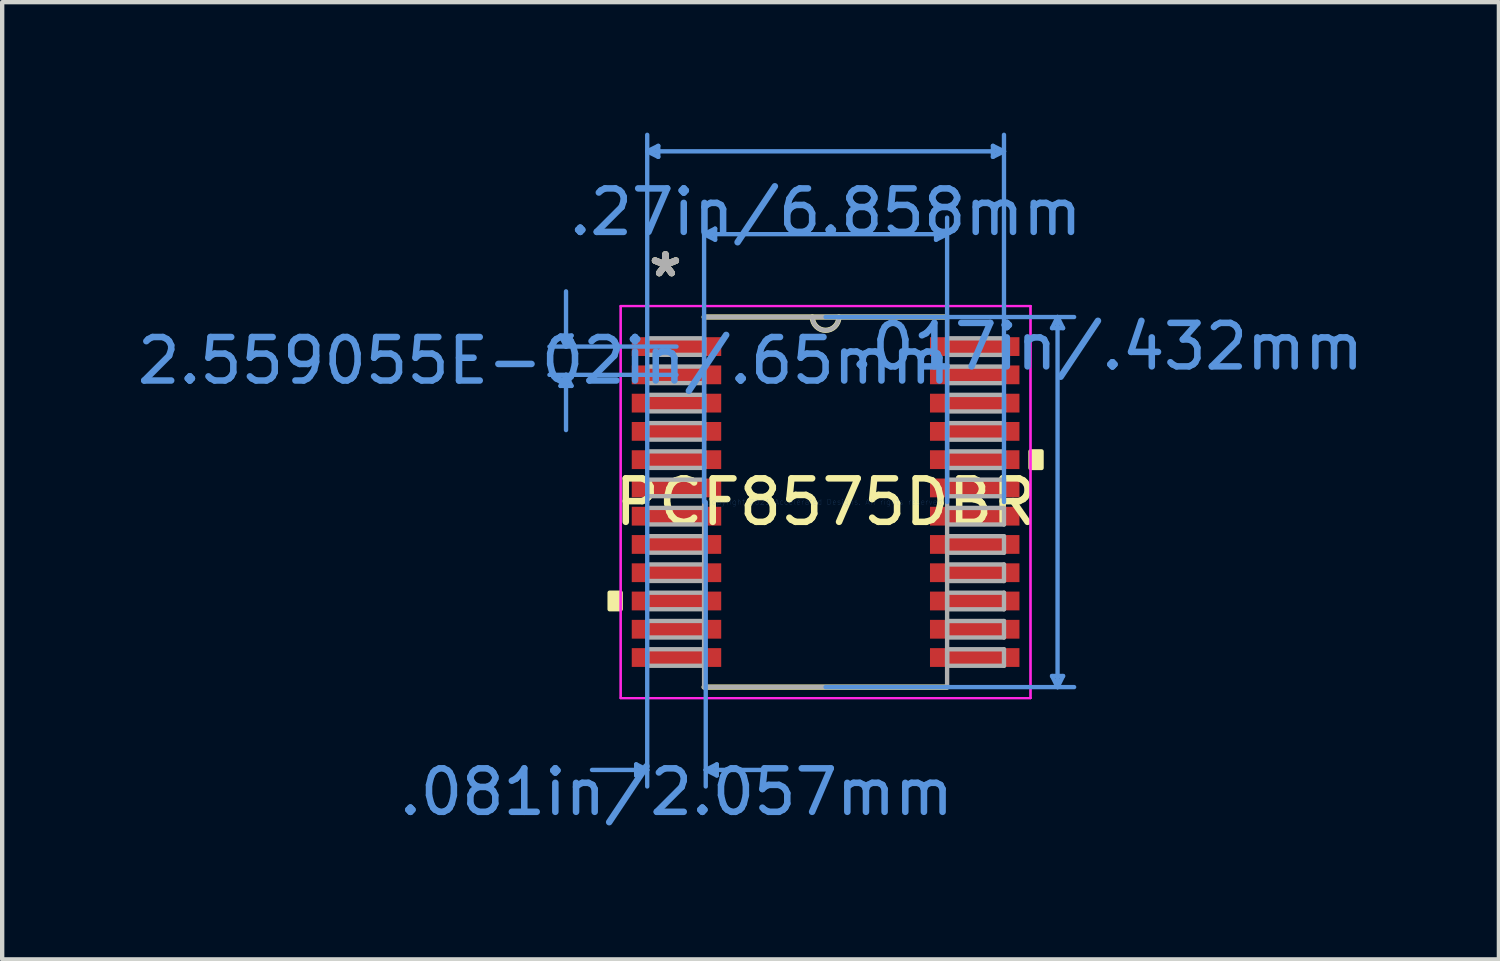
<source format=kicad_pcb>
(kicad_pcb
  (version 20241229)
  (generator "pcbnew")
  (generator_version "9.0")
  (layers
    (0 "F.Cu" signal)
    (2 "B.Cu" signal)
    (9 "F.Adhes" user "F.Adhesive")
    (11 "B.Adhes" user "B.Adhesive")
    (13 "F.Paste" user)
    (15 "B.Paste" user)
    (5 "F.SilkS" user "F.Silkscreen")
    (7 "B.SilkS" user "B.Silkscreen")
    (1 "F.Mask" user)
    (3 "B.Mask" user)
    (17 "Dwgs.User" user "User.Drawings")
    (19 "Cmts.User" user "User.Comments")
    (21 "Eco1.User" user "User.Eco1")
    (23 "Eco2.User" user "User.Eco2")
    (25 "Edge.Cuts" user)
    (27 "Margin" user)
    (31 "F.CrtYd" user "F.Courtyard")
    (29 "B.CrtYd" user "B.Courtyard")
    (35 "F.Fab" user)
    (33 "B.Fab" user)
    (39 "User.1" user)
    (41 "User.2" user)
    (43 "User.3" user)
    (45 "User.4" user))
  (footprint "PCF8575DBR"
    (layer "F.Cu")
    (at 15.935 8.495)
    (property "Reference" "PCF8575DBR" (at 0 0 0) (layer "F.SilkS") (effects (font (size 1 1) (thickness 0.15))))
    (attr through_hole)
    (fp_line (start -2.794 4.255) (end 2.794 4.255) (stroke (width 0.12) (type solid)) (layer "F.SilkS"))
    (fp_line (start 2.794 -4.255) (end -2.794 -4.255) (stroke (width 0.12) (type solid)) (layer "F.SilkS"))
    (fp_arc (start 0.3048 -4.2545) (mid 0 -3.9497) (end -0.3048 -4.2545) (stroke (width 0.12) (type solid)) (layer "F.SilkS"))
    (fp_poly (pts (xy -4.966 2.084) (xy -4.966 2.465) (xy -4.712 2.465) (xy -4.712 2.084)) (stroke (width 0.1) (type solid)) (fill yes) (layer "F.SilkS"))
    (fp_poly (pts (xy 4.966 -1.165) (xy 4.966 -0.784) (xy 4.712 -0.784) (xy 4.712 -1.165)) (stroke (width 0.1) (type solid)) (fill yes) (layer "F.SilkS"))
    (fp_line (start -6.096 -3.829) (end -5.842 -3.829) (stroke (width 0.1) (type solid)) (layer "Cmts.User"))
    (fp_line (start -6.096 -2.671) (end -5.842 -2.671) (stroke (width 0.1) (type solid)) (layer "Cmts.User"))
    (fp_line (start -5.969 -3.575) (end -6.096 -3.829) (stroke (width 0.1) (type solid)) (layer "Cmts.User"))
    (fp_line (start -5.969 -3.575) (end -5.969 -4.845) (stroke (width 0.1) (type solid)) (layer "Cmts.User"))
    (fp_line (start -5.969 -3.575) (end -5.842 -3.829) (stroke (width 0.1) (type solid)) (layer "Cmts.User"))
    (fp_line (start -5.969 -2.925) (end -6.096 -2.671) (stroke (width 0.1) (type solid)) (layer "Cmts.User"))
    (fp_line (start -5.969 -2.925) (end -5.969 -1.655) (stroke (width 0.1) (type solid)) (layer "Cmts.User"))
    (fp_line (start -5.969 -2.925) (end -5.842 -2.671) (stroke (width 0.1) (type solid)) (layer "Cmts.User"))
    (fp_line (start -4.356 6.032) (end -4.356 6.287) (stroke (width 0.1) (type solid)) (layer "Cmts.User"))
    (fp_line (start -4.102 -8.065) (end -3.848 -8.191) (stroke (width 0.1) (type solid)) (layer "Cmts.User"))
    (fp_line (start -4.102 -8.065) (end -3.848 -7.938) (stroke (width 0.1) (type solid)) (layer "Cmts.User"))
    (fp_line (start -4.102 -8.065) (end 4.102 -8.065) (stroke (width 0.1) (type solid)) (layer "Cmts.User"))
    (fp_line (start -4.102 0) (end -4.102 -8.445) (stroke (width 0.1) (type solid)) (layer "Cmts.User"))
    (fp_line (start -4.102 0) (end -4.102 6.54) (stroke (width 0.1) (type solid)) (layer "Cmts.User"))
    (fp_line (start -4.102 6.16) (end -5.372 6.16) (stroke (width 0.1) (type solid)) (layer "Cmts.User"))
    (fp_line (start -4.102 6.16) (end -4.356 6.032) (stroke (width 0.1) (type solid)) (layer "Cmts.User"))
    (fp_line (start -4.102 6.16) (end -4.356 6.287) (stroke (width 0.1) (type solid)) (layer "Cmts.User"))
    (fp_line (start -3.848 -8.191) (end -3.848 -7.938) (stroke (width 0.1) (type solid)) (layer "Cmts.User"))
    (fp_line (start -3.429 -3.575) (end -6.35 -3.575) (stroke (width 0.1) (type solid)) (layer "Cmts.User"))
    (fp_line (start -3.429 -2.925) (end -6.35 -2.925) (stroke (width 0.1) (type solid)) (layer "Cmts.User"))
    (fp_line (start -2.794 -6.16) (end -2.54 -6.287) (stroke (width 0.1) (type solid)) (layer "Cmts.User"))
    (fp_line (start -2.794 -6.16) (end -2.54 -6.032) (stroke (width 0.1) (type solid)) (layer "Cmts.User"))
    (fp_line (start -2.794 -6.16) (end 2.794 -6.16) (stroke (width 0.1) (type solid)) (layer "Cmts.User"))
    (fp_line (start -2.794 0) (end -2.794 -6.54) (stroke (width 0.1) (type solid)) (layer "Cmts.User"))
    (fp_line (start -2.756 0) (end -2.756 6.54) (stroke (width 0.1) (type solid)) (layer "Cmts.User"))
    (fp_line (start -2.756 6.16) (end -2.502 6.032) (stroke (width 0.1) (type solid)) (layer "Cmts.User"))
    (fp_line (start -2.756 6.16) (end -2.502 6.287) (stroke (width 0.1) (type solid)) (layer "Cmts.User"))
    (fp_line (start -2.756 6.16) (end -1.486 6.16) (stroke (width 0.1) (type solid)) (layer "Cmts.User"))
    (fp_line (start -2.54 -6.287) (end -2.54 -6.032) (stroke (width 0.1) (type solid)) (layer "Cmts.User"))
    (fp_line (start -2.502 6.032) (end -2.502 6.287) (stroke (width 0.1) (type solid)) (layer "Cmts.User"))
    (fp_line (start 0 -4.255) (end 5.715 -4.255) (stroke (width 0.1) (type solid)) (layer "Cmts.User"))
    (fp_line (start 0 4.255) (end 5.715 4.255) (stroke (width 0.1) (type solid)) (layer "Cmts.User"))
    (fp_line (start 2.54 -6.287) (end 2.54 -6.032) (stroke (width 0.1) (type solid)) (layer "Cmts.User"))
    (fp_line (start 2.794 -6.16) (end 2.54 -6.287) (stroke (width 0.1) (type solid)) (layer "Cmts.User"))
    (fp_line (start 2.794 -6.16) (end 2.54 -6.032) (stroke (width 0.1) (type solid)) (layer "Cmts.User"))
    (fp_line (start 2.794 0) (end 2.794 -6.54) (stroke (width 0.1) (type solid)) (layer "Cmts.User"))
    (fp_line (start 3.848 -8.191) (end 3.848 -7.938) (stroke (width 0.1) (type solid)) (layer "Cmts.User"))
    (fp_line (start 4.102 -8.065) (end 3.848 -8.191) (stroke (width 0.1) (type solid)) (layer "Cmts.User"))
    (fp_line (start 4.102 -8.065) (end 3.848 -7.938) (stroke (width 0.1) (type solid)) (layer "Cmts.User"))
    (fp_line (start 4.102 0) (end 4.102 -8.445) (stroke (width 0.1) (type solid)) (layer "Cmts.User"))
    (fp_line (start 5.207 -4) (end 5.461 -4) (stroke (width 0.1) (type solid)) (layer "Cmts.User"))
    (fp_line (start 5.207 4) (end 5.461 4) (stroke (width 0.1) (type solid)) (layer "Cmts.User"))
    (fp_line (start 5.334 -4.255) (end 5.207 -4) (stroke (width 0.1) (type solid)) (layer "Cmts.User"))
    (fp_line (start 5.334 -4.255) (end 5.334 4.255) (stroke (width 0.1) (type solid)) (layer "Cmts.User"))
    (fp_line (start 5.334 -4.255) (end 5.461 -4) (stroke (width 0.1) (type solid)) (layer "Cmts.User"))
    (fp_line (start 5.334 4.255) (end 5.207 4) (stroke (width 0.1) (type solid)) (layer "Cmts.User"))
    (fp_line (start 5.334 4.255) (end 5.461 4) (stroke (width 0.1) (type solid)) (layer "Cmts.User"))
    (fp_line (start -4.712 -4.508) (end 4.712 -4.508) (stroke (width 0.05) (type solid)) (layer "F.CrtYd"))
    (fp_line (start -4.712 -4.508) (end 4.712 -4.508) (stroke (width 0.05) (type solid)) (layer "F.CrtYd"))
    (fp_line (start -4.712 4.508) (end -4.712 -4.508) (stroke (width 0.05) (type solid)) (layer "F.CrtYd"))
    (fp_line (start -4.712 4.508) (end -4.712 -4.508) (stroke (width 0.05) (type solid)) (layer "F.CrtYd"))
    (fp_line (start 4.712 -4.508) (end 4.712 4.508) (stroke (width 0.05) (type solid)) (layer "F.CrtYd"))
    (fp_line (start 4.712 -4.508) (end 4.712 4.508) (stroke (width 0.05) (type solid)) (layer "F.CrtYd"))
    (fp_line (start 4.712 4.508) (end -4.712 4.508) (stroke (width 0.05) (type solid)) (layer "F.CrtYd"))
    (fp_line (start 4.712 4.508) (end -4.712 4.508) (stroke (width 0.05) (type solid)) (layer "F.CrtYd"))
    (fp_line (start -4.102 -3.765) (end -4.102 -3.385) (stroke (width 0.1) (type solid)) (layer "F.Fab"))
    (fp_line (start -4.102 -3.385) (end -2.794 -3.385) (stroke (width 0.1) (type solid)) (layer "F.Fab"))
    (fp_line (start -4.102 -3.116) (end -4.102 -2.735) (stroke (width 0.1) (type solid)) (layer "F.Fab"))
    (fp_line (start -4.102 -2.735) (end -2.794 -2.735) (stroke (width 0.1) (type solid)) (layer "F.Fab"))
    (fp_line (start -4.102 -2.466) (end -4.102 -2.085) (stroke (width 0.1) (type solid)) (layer "F.Fab"))
    (fp_line (start -4.102 -2.085) (end -2.794 -2.085) (stroke (width 0.1) (type solid)) (layer "F.Fab"))
    (fp_line (start -4.102 -1.816) (end -4.102 -1.435) (stroke (width 0.1) (type solid)) (layer "F.Fab"))
    (fp_line (start -4.102 -1.435) (end -2.794 -1.435) (stroke (width 0.1) (type solid)) (layer "F.Fab"))
    (fp_line (start -4.102 -1.166) (end -4.102 -0.785) (stroke (width 0.1) (type solid)) (layer "F.Fab"))
    (fp_line (start -4.102 -0.785) (end -2.794 -0.785) (stroke (width 0.1) (type solid)) (layer "F.Fab"))
    (fp_line (start -4.102 -0.516) (end -4.102 -0.135) (stroke (width 0.1) (type solid)) (layer "F.Fab"))
    (fp_line (start -4.102 -0.135) (end -2.794 -0.135) (stroke (width 0.1) (type solid)) (layer "F.Fab"))
    (fp_line (start -4.102 0.134) (end -4.102 0.515) (stroke (width 0.1) (type solid)) (layer "F.Fab"))
    (fp_line (start -4.102 0.515) (end -2.794 0.515) (stroke (width 0.1) (type solid)) (layer "F.Fab"))
    (fp_line (start -4.102 0.784) (end -4.102 1.165) (stroke (width 0.1) (type solid)) (layer "F.Fab"))
    (fp_line (start -4.102 1.165) (end -2.794 1.165) (stroke (width 0.1) (type solid)) (layer "F.Fab"))
    (fp_line (start -4.102 1.434) (end -4.102 1.815) (stroke (width 0.1) (type solid)) (layer "F.Fab"))
    (fp_line (start -4.102 1.815) (end -2.794 1.815) (stroke (width 0.1) (type solid)) (layer "F.Fab"))
    (fp_line (start -4.102 2.084) (end -4.102 2.465) (stroke (width 0.1) (type solid)) (layer "F.Fab"))
    (fp_line (start -4.102 2.465) (end -2.794 2.465) (stroke (width 0.1) (type solid)) (layer "F.Fab"))
    (fp_line (start -4.102 2.734) (end -4.102 3.115) (stroke (width 0.1) (type solid)) (layer "F.Fab"))
    (fp_line (start -4.102 3.115) (end -2.794 3.115) (stroke (width 0.1) (type solid)) (layer "F.Fab"))
    (fp_line (start -4.102 3.384) (end -4.102 3.765) (stroke (width 0.1) (type solid)) (layer "F.Fab"))
    (fp_line (start -4.102 3.765) (end -2.794 3.765) (stroke (width 0.1) (type solid)) (layer "F.Fab"))
    (fp_line (start -2.794 -4.255) (end -2.794 4.255) (stroke (width 0.1) (type solid)) (layer "F.Fab"))
    (fp_line (start -2.794 -3.765) (end -4.102 -3.765) (stroke (width 0.1) (type solid)) (layer "F.Fab"))
    (fp_line (start -2.794 -3.385) (end -2.794 -3.765) (stroke (width 0.1) (type solid)) (layer "F.Fab"))
    (fp_line (start -2.794 -3.116) (end -4.102 -3.116) (stroke (width 0.1) (type solid)) (layer "F.Fab"))
    (fp_line (start -2.794 -2.735) (end -2.794 -3.116) (stroke (width 0.1) (type solid)) (layer "F.Fab"))
    (fp_line (start -2.794 -2.466) (end -4.102 -2.466) (stroke (width 0.1) (type solid)) (layer "F.Fab"))
    (fp_line (start -2.794 -2.085) (end -2.794 -2.466) (stroke (width 0.1) (type solid)) (layer "F.Fab"))
    (fp_line (start -2.794 -1.816) (end -4.102 -1.816) (stroke (width 0.1) (type solid)) (layer "F.Fab"))
    (fp_line (start -2.794 -1.435) (end -2.794 -1.816) (stroke (width 0.1) (type solid)) (layer "F.Fab"))
    (fp_line (start -2.794 -1.166) (end -4.102 -1.166) (stroke (width 0.1) (type solid)) (layer "F.Fab"))
    (fp_line (start -2.794 -0.785) (end -2.794 -1.166) (stroke (width 0.1) (type solid)) (layer "F.Fab"))
    (fp_line (start -2.794 -0.516) (end -4.102 -0.516) (stroke (width 0.1) (type solid)) (layer "F.Fab"))
    (fp_line (start -2.794 -0.135) (end -2.794 -0.516) (stroke (width 0.1) (type solid)) (layer "F.Fab"))
    (fp_line (start -2.794 0.134) (end -4.102 0.134) (stroke (width 0.1) (type solid)) (layer "F.Fab"))
    (fp_line (start -2.794 0.515) (end -2.794 0.134) (stroke (width 0.1) (type solid)) (layer "F.Fab"))
    (fp_line (start -2.794 0.784) (end -4.102 0.784) (stroke (width 0.1) (type solid)) (layer "F.Fab"))
    (fp_line (start -2.794 1.165) (end -2.794 0.784) (stroke (width 0.1) (type solid)) (layer "F.Fab"))
    (fp_line (start -2.794 1.434) (end -4.102 1.434) (stroke (width 0.1) (type solid)) (layer "F.Fab"))
    (fp_line (start -2.794 1.815) (end -2.794 1.434) (stroke (width 0.1) (type solid)) (layer "F.Fab"))
    (fp_line (start -2.794 2.084) (end -4.102 2.084) (stroke (width 0.1) (type solid)) (layer "F.Fab"))
    (fp_line (start -2.794 2.465) (end -2.794 2.084) (stroke (width 0.1) (type solid)) (layer "F.Fab"))
    (fp_line (start -2.794 2.734) (end -4.102 2.734) (stroke (width 0.1) (type solid)) (layer "F.Fab"))
    (fp_line (start -2.794 3.115) (end -2.794 2.734) (stroke (width 0.1) (type solid)) (layer "F.Fab"))
    (fp_line (start -2.794 3.384) (end -4.102 3.384) (stroke (width 0.1) (type solid)) (layer "F.Fab"))
    (fp_line (start -2.794 3.765) (end -2.794 3.384) (stroke (width 0.1) (type solid)) (layer "F.Fab"))
    (fp_line (start -2.794 4.255) (end 2.794 4.255) (stroke (width 0.1) (type solid)) (layer "F.Fab"))
    (fp_line (start 2.794 -4.255) (end -2.794 -4.255) (stroke (width 0.1) (type solid)) (layer "F.Fab"))
    (fp_line (start 2.794 -3.765) (end 2.794 -3.384) (stroke (width 0.1) (type solid)) (layer "F.Fab"))
    (fp_line (start 2.794 -3.384) (end 4.102 -3.384) (stroke (width 0.1) (type solid)) (layer "F.Fab"))
    (fp_line (start 2.794 -3.115) (end 2.794 -2.734) (stroke (width 0.1) (type solid)) (layer "F.Fab"))
    (fp_line (start 2.794 -2.734) (end 4.102 -2.734) (stroke (width 0.1) (type solid)) (layer "F.Fab"))
    (fp_line (start 2.794 -2.465) (end 2.794 -2.084) (stroke (width 0.1) (type solid)) (layer "F.Fab"))
    (fp_line (start 2.794 -2.084) (end 4.102 -2.084) (stroke (width 0.1) (type solid)) (layer "F.Fab"))
    (fp_line (start 2.794 -1.815) (end 2.794 -1.434) (stroke (width 0.1) (type solid)) (layer "F.Fab"))
    (fp_line (start 2.794 -1.434) (end 4.102 -1.434) (stroke (width 0.1) (type solid)) (layer "F.Fab"))
    (fp_line (start 2.794 -1.165) (end 2.794 -0.784) (stroke (width 0.1) (type solid)) (layer "F.Fab"))
    (fp_line (start 2.794 -0.784) (end 4.102 -0.784) (stroke (width 0.1) (type solid)) (layer "F.Fab"))
    (fp_line (start 2.794 -0.515) (end 2.794 -0.134) (stroke (width 0.1) (type solid)) (layer "F.Fab"))
    (fp_line (start 2.794 -0.134) (end 4.102 -0.134) (stroke (width 0.1) (type solid)) (layer "F.Fab"))
    (fp_line (start 2.794 0.135) (end 2.794 0.516) (stroke (width 0.1) (type solid)) (layer "F.Fab"))
    (fp_line (start 2.794 0.516) (end 4.102 0.516) (stroke (width 0.1) (type solid)) (layer "F.Fab"))
    (fp_line (start 2.794 0.785) (end 2.794 1.166) (stroke (width 0.1) (type solid)) (layer "F.Fab"))
    (fp_line (start 2.794 1.166) (end 4.102 1.166) (stroke (width 0.1) (type solid)) (layer "F.Fab"))
    (fp_line (start 2.794 1.435) (end 2.794 1.816) (stroke (width 0.1) (type solid)) (layer "F.Fab"))
    (fp_line (start 2.794 1.816) (end 4.102 1.816) (stroke (width 0.1) (type solid)) (layer "F.Fab"))
    (fp_line (start 2.794 2.084) (end 2.794 2.466) (stroke (width 0.1) (type solid)) (layer "F.Fab"))
    (fp_line (start 2.794 2.466) (end 4.102 2.466) (stroke (width 0.1) (type solid)) (layer "F.Fab"))
    (fp_line (start 2.794 2.735) (end 2.794 3.115) (stroke (width 0.1) (type solid)) (layer "F.Fab"))
    (fp_line (start 2.794 3.115) (end 4.102 3.115) (stroke (width 0.1) (type solid)) (layer "F.Fab"))
    (fp_line (start 2.794 3.385) (end 2.794 3.765) (stroke (width 0.1) (type solid)) (layer "F.Fab"))
    (fp_line (start 2.794 3.765) (end 4.102 3.765) (stroke (width 0.1) (type solid)) (layer "F.Fab"))
    (fp_line (start 2.794 4.255) (end 2.794 -4.255) (stroke (width 0.1) (type solid)) (layer "F.Fab"))
    (fp_line (start 4.102 -3.765) (end 2.794 -3.765) (stroke (width 0.1) (type solid)) (layer "F.Fab"))
    (fp_line (start 4.102 -3.384) (end 4.102 -3.765) (stroke (width 0.1) (type solid)) (layer "F.Fab"))
    (fp_line (start 4.102 -3.115) (end 2.794 -3.115) (stroke (width 0.1) (type solid)) (layer "F.Fab"))
    (fp_line (start 4.102 -2.734) (end 4.102 -3.115) (stroke (width 0.1) (type solid)) (layer "F.Fab"))
    (fp_line (start 4.102 -2.465) (end 2.794 -2.465) (stroke (width 0.1) (type solid)) (layer "F.Fab"))
    (fp_line (start 4.102 -2.084) (end 4.102 -2.465) (stroke (width 0.1) (type solid)) (layer "F.Fab"))
    (fp_line (start 4.102 -1.815) (end 2.794 -1.815) (stroke (width 0.1) (type solid)) (layer "F.Fab"))
    (fp_line (start 4.102 -1.434) (end 4.102 -1.815) (stroke (width 0.1) (type solid)) (layer "F.Fab"))
    (fp_line (start 4.102 -1.165) (end 2.794 -1.165) (stroke (width 0.1) (type solid)) (layer "F.Fab"))
    (fp_line (start 4.102 -0.784) (end 4.102 -1.165) (stroke (width 0.1) (type solid)) (layer "F.Fab"))
    (fp_line (start 4.102 -0.515) (end 2.794 -0.515) (stroke (width 0.1) (type solid)) (layer "F.Fab"))
    (fp_line (start 4.102 -0.134) (end 4.102 -0.515) (stroke (width 0.1) (type solid)) (layer "F.Fab"))
    (fp_line (start 4.102 0.135) (end 2.794 0.135) (stroke (width 0.1) (type solid)) (layer "F.Fab"))
    (fp_line (start 4.102 0.516) (end 4.102 0.135) (stroke (width 0.1) (type solid)) (layer "F.Fab"))
    (fp_line (start 4.102 0.785) (end 2.794 0.785) (stroke (width 0.1) (type solid)) (layer "F.Fab"))
    (fp_line (start 4.102 1.166) (end 4.102 0.785) (stroke (width 0.1) (type solid)) (layer "F.Fab"))
    (fp_line (start 4.102 1.435) (end 2.794 1.435) (stroke (width 0.1) (type solid)) (layer "F.Fab"))
    (fp_line (start 4.102 1.816) (end 4.102 1.435) (stroke (width 0.1) (type solid)) (layer "F.Fab"))
    (fp_line (start 4.102 2.084) (end 2.794 2.084) (stroke (width 0.1) (type solid)) (layer "F.Fab"))
    (fp_line (start 4.102 2.466) (end 4.102 2.084) (stroke (width 0.1) (type solid)) (layer "F.Fab"))
    (fp_line (start 4.102 2.735) (end 2.794 2.735) (stroke (width 0.1) (type solid)) (layer "F.Fab"))
    (fp_line (start 4.102 3.115) (end 4.102 2.735) (stroke (width 0.1) (type solid)) (layer "F.Fab"))
    (fp_line (start 4.102 3.385) (end 2.794 3.385) (stroke (width 0.1) (type solid)) (layer "F.Fab"))
    (fp_line (start 4.102 3.765) (end 4.102 3.385) (stroke (width 0.1) (type solid)) (layer "F.Fab"))
    (fp_arc (start 0.3048 -4.2545) (mid 0 -3.9497) (end -0.3048 -4.2545) (stroke (width 0.1) (type solid)) (layer "F.Fab"))
    (fp_text user "*" (at -3.683 -5.15 0) (layer "F.SilkS") (effects (font (size 1 1) (thickness 0.15))))
    (fp_text user "*" (at -3.683 -5.15 0) (layer "F.SilkS") (effects (font (size 1 1) (thickness 0.15))))
    (fp_text user ".081in/2.057mm" (at -3.429 6.668 0) (layer "Cmts.User") (effects (font (size 1 1) (thickness 0.15))))
    (fp_text user ".27in/6.858mm" (at 0 -6.668 0) (layer "Cmts.User") (effects (font (size 1 1) (thickness 0.15))))
    (fp_text user "2.559055E-02in/.65mm" (at -6.477 -3.25 0) (layer "Cmts.User") (effects (font (size 1 1) (thickness 0.15))))
    (fp_text user ".017in/.432mm" (at 6.477 -3.575 0) (layer "Cmts.User") (effects (font (size 1 1) (thickness 0.15))))
    (fp_text user "Copyright 2021 Accelerated Designs. All rights reserved." (at 0 0 0) (layer "Cmts.User") (effects (font (size 0.127 0.127) (thickness 0.002))))
    (fp_text user "*" (at -3.683 -5.15 0) (layer "F.Fab") (effects (font (size 1 1) (thickness 0.15))))
    (fp_text user "*" (at -3.683 -5.15 0) (layer "F.Fab") (effects (font (size 1 1) (thickness 0.15))))
    (pad "1" smd rect (at -3.429 -3.575) (size 2.057 0.432) (layers "F.Cu" "F.Mask" "F.Paste"))
    (pad "2" smd rect (at -3.429 -2.925) (size 2.057 0.432) (layers "F.Cu" "F.Mask" "F.Paste"))
    (pad "3" smd rect (at -3.429 -2.275) (size 2.057 0.432) (layers "F.Cu" "F.Mask" "F.Paste"))
    (pad "4" smd rect (at -3.429 -1.625) (size 2.057 0.432) (layers "F.Cu" "F.Mask" "F.Paste"))
    (pad "5" smd rect (at -3.429 -0.975) (size 2.057 0.432) (layers "F.Cu" "F.Mask" "F.Paste"))
    (pad "6" smd rect (at -3.429 -0.325) (size 2.057 0.432) (layers "F.Cu" "F.Mask" "F.Paste"))
    (pad "7" smd rect (at -3.429 0.325) (size 2.057 0.432) (layers "F.Cu" "F.Mask" "F.Paste"))
    (pad "8" smd rect (at -3.429 0.975) (size 2.057 0.432) (layers "F.Cu" "F.Mask" "F.Paste"))
    (pad "9" smd rect (at -3.429 1.625) (size 2.057 0.432) (layers "F.Cu" "F.Mask" "F.Paste"))
    (pad "10" smd rect (at -3.429 2.275) (size 2.057 0.432) (layers "F.Cu" "F.Mask" "F.Paste"))
    (pad "11" smd rect (at -3.429 2.925) (size 2.057 0.432) (layers "F.Cu" "F.Mask" "F.Paste"))
    (pad "12" smd rect (at -3.429 3.575) (size 2.057 0.432) (layers "F.Cu" "F.Mask" "F.Paste"))
    (pad "13" smd rect (at 3.429 3.575) (size 2.057 0.432) (layers "F.Cu" "F.Mask" "F.Paste"))
    (pad "14" smd rect (at 3.429 2.925) (size 2.057 0.432) (layers "F.Cu" "F.Mask" "F.Paste"))
    (pad "15" smd rect (at 3.429 2.275) (size 2.057 0.432) (layers "F.Cu" "F.Mask" "F.Paste"))
    (pad "16" smd rect (at 3.429 1.625) (size 2.057 0.432) (layers "F.Cu" "F.Mask" "F.Paste"))
    (pad "17" smd rect (at 3.429 0.975) (size 2.057 0.432) (layers "F.Cu" "F.Mask" "F.Paste"))
    (pad "18" smd rect (at 3.429 0.325) (size 2.057 0.432) (layers "F.Cu" "F.Mask" "F.Paste"))
    (pad "19" smd rect (at 3.429 -0.325) (size 2.057 0.432) (layers "F.Cu" "F.Mask" "F.Paste"))
    (pad "20" smd rect (at 3.429 -0.975) (size 2.057 0.432) (layers "F.Cu" "F.Mask" "F.Paste"))
    (pad "21" smd rect (at 3.429 -1.625) (size 2.057 0.432) (layers "F.Cu" "F.Mask" "F.Paste"))
    (pad "22" smd rect (at 3.429 -2.275) (size 2.057 0.432) (layers "F.Cu" "F.Mask" "F.Paste"))
    (pad "23" smd rect (at 3.429 -2.925) (size 2.057 0.432) (layers "F.Cu" "F.Mask" "F.Paste"))
    (pad "24" smd rect (at 3.429 -3.575) (size 2.057 0.432) (layers "F.Cu" "F.Mask" "F.Paste")))
  (gr_rect
    (start -3 -3)
    (end 31.418 19.011)
    (stroke (width 0.1) (type default))
    (fill no)
    (layer "Edge.Cuts")))
</source>
